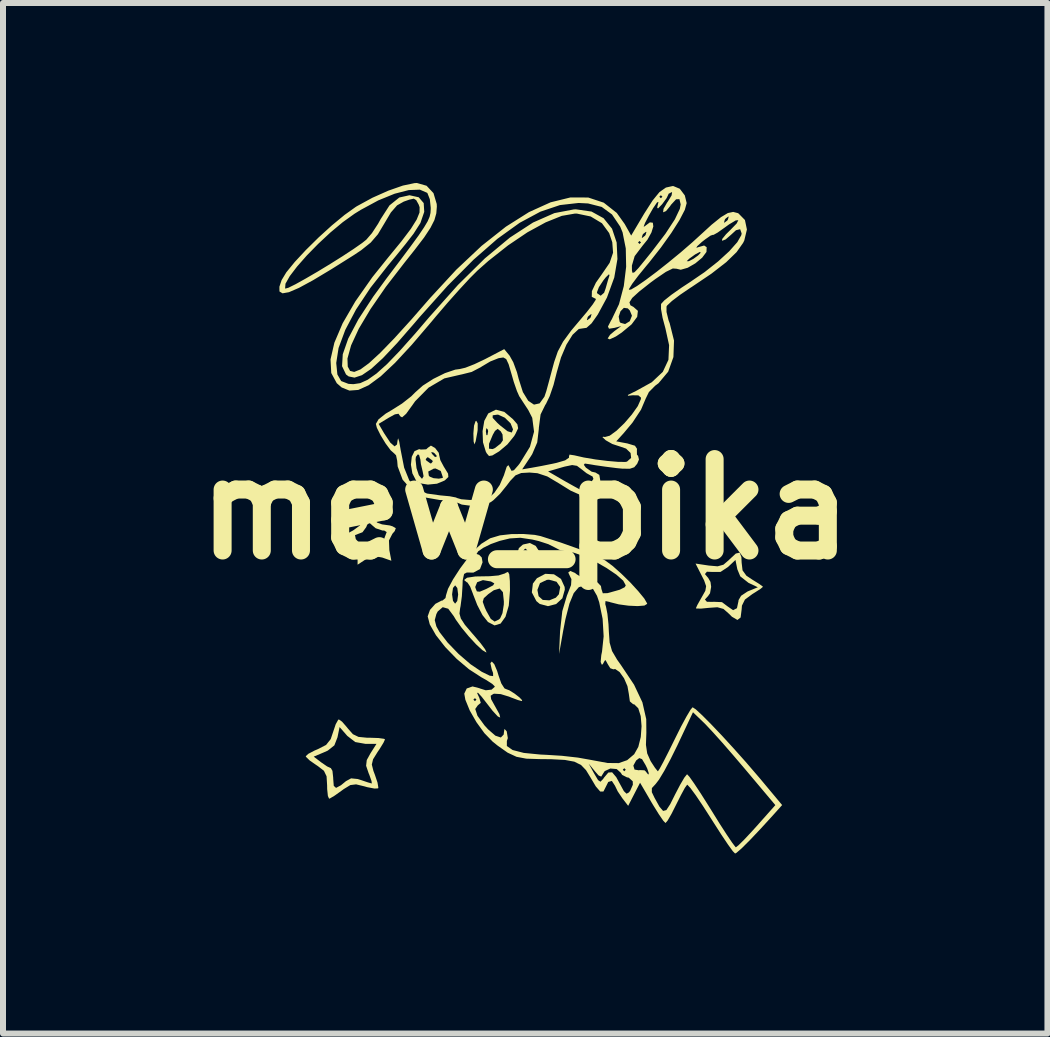
<source format=kicad_pcb>
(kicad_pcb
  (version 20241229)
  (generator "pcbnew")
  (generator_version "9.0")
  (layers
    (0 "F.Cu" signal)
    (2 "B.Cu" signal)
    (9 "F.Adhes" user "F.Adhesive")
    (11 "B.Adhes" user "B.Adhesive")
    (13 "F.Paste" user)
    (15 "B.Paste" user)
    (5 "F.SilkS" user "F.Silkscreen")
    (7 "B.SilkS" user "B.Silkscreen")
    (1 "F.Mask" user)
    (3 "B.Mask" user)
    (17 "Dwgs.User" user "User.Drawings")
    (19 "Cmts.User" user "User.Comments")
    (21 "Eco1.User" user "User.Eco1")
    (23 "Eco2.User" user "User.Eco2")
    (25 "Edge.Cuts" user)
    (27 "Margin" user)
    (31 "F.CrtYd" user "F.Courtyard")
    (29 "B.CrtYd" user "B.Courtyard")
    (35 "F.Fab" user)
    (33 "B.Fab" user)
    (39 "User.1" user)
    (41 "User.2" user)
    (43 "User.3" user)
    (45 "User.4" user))
  (footprint "mew_pika"
    (layer "F.Cu")
    (at 5.704 5.436)
    (property "Reference" "mew_pika" (at 0 0 0) (layer "F.SilkS") (effects (font (size 1.524 1.524) (thickness 0.3))))
    (attr board_only exclude_from_pos_files exclude_from_bom)
    (fp_poly (pts (xy -0.792 -1.429) (xy -0.793 -1.319) (xy -0.798 -1.283) (xy -0.826 -1.131) (xy -0.847 -1.079) (xy -0.86 -1.128) (xy -0.864 -1.262) (xy -0.853 -1.392) (xy -0.828 -1.466) (xy -0.816 -1.473)) (stroke (width 0) (type solid)) (fill yes) (layer "F.SilkS"))
    (fp_poly (pts (xy 0.174 0.612) (xy 0.236 0.708) (xy 0.238 0.822) (xy 0.201 0.891) (xy 0.096 0.96) (xy -0.021 0.928) (xy -0.075 0.883) (xy -0.139 0.764) (xy -0.118 0.692) (xy -0.033 0.692) (xy -0.025 0.711) (xy 0.02 0.76) (xy 0.028 0.762) (xy 0.05 0.723) (xy 0.051 0.711) (xy 0.012 0.662) (xy -0.003 0.66) (xy -0.033 0.692) (xy -0.118 0.692) (xy -0.106 0.649) (xy -0.038 0.59) (xy 0.076 0.564)) (stroke (width 0) (type solid)) (fill yes) (layer "F.SilkS"))
    (fp_poly (pts (xy 0.479 1.086) (xy 0.596 1.163) (xy 0.657 1.297) (xy 0.66 1.342) (xy 0.619 1.486) (xy 0.515 1.582) (xy 0.379 1.617) (xy 0.242 1.58) (xy 0.186 1.533) (xy 0.11 1.387) (xy 0.115 1.346) (xy 0.203 1.346) (xy 0.223 1.451) (xy 0.292 1.513) (xy 0.402 1.52) (xy 0.51 1.476) (xy 0.561 1.419) (xy 0.583 1.298) (xy 0.522 1.21) (xy 0.397 1.176) (xy 0.36 1.179) (xy 0.246 1.233) (xy 0.203 1.346) (xy 0.115 1.346) (xy 0.128 1.24) (xy 0.195 1.151) (xy 0.335 1.078)) (stroke (width 0) (type solid)) (fill yes) (layer "F.SilkS"))
    (fp_poly (pts (xy -2.554 0.14) (xy -2.465 0.226) (xy -2.386 0.254) (xy -2.257 0.272) (xy -2.212 0.286) (xy -2.157 0.317) (xy -2.175 0.366) (xy -2.214 0.411) (xy -2.271 0.522) (xy -2.265 0.679) (xy -2.265 0.682) (xy -2.231 0.86) (xy -2.382 0.807) (xy -2.519 0.782) (xy -2.642 0.827) (xy -2.663 0.84) (xy -2.794 0.926) (xy -2.794 0.768) (xy -2.831 0.613) (xy -2.896 0.547) (xy -2.984 0.472) (xy -2.977 0.433) (xy -2.837 0.433) (xy -2.824 0.5) (xy -2.767 0.56) (xy -2.715 0.663) (xy -2.723 0.731) (xy -2.742 0.804) (xy -2.714 0.799) (xy -2.659 0.751) (xy -2.527 0.689) (xy -2.448 0.694) (xy -2.368 0.702) (xy -2.362 0.655) (xy -2.365 0.645) (xy -2.367 0.541) (xy -2.339 0.461) (xy -2.309 0.382) (xy -2.349 0.357) (xy -2.38 0.356) (xy -2.492 0.319) (xy -2.544 0.275) (xy -2.599 0.225) (xy -2.635 0.262) (xy -2.65 0.3) (xy -2.712 0.385) (xy -2.767 0.406) (xy -2.837 0.433) (xy -2.977 0.433) (xy -2.973 0.411) (xy -2.869 0.355) (xy -2.756 0.273) (xy -2.687 0.166) (xy -2.632 0.025)) (stroke (width 0) (type solid)) (fill yes) (layer "F.SilkS"))
    (fp_poly (pts (xy -0.349 -1.621) (xy -0.205 -1.5) (xy -0.131 -1.414) (xy -0.118 -1.348) (xy -0.162 -1.256) (xy -0.184 -1.218) (xy -0.297 -1.079) (xy -0.437 -0.961) (xy -0.441 -0.959) (xy -0.548 -0.895) (xy -0.604 -0.886) (xy -0.642 -0.931) (xy -0.657 -0.959) (xy -0.672 -1.008) (xy -0.604 -1.008) (xy -0.543 -1.001) (xy -0.505 -1.018) (xy -0.41 -1.092) (xy -0.372 -1.147) (xy -0.378 -1.244) (xy -0.408 -1.297) (xy -0.459 -1.338) (xy -0.504 -1.304) (xy -0.54 -1.24) (xy -0.603 -1.09) (xy -0.604 -1.008) (xy -0.672 -1.008) (xy -0.704 -1.114) (xy -0.711 -1.299) (xy -0.711 -1.3) (xy -0.656 -1.3) (xy -0.647 -1.234) (xy -0.63 -1.233) (xy -0.618 -1.301) (xy -0.626 -1.33) (xy -0.648 -1.35) (xy -0.656 -1.3) (xy -0.711 -1.3) (xy -0.682 -1.472) (xy -0.655 -1.522) (xy -0.543 -1.522) (xy -0.466 -1.439) (xy -0.419 -1.396) (xy -0.294 -1.298) (xy -0.224 -1.277) (xy -0.203 -1.329) (xy -0.244 -1.43) (xy -0.34 -1.524) (xy -0.449 -1.574) (xy -0.465 -1.575) (xy -0.542 -1.564) (xy -0.543 -1.522) (xy -0.655 -1.522) (xy -0.618 -1.592) (xy -0.613 -1.597) (xy -0.488 -1.658)) (stroke (width 0) (type solid)) (fill yes) (layer "F.SilkS"))
    (fp_poly (pts (xy -0.266 1.086) (xy -0.256 1.198) (xy -0.254 1.354) (xy -0.274 1.608) (xy -0.329 1.794) (xy -0.41 1.907) (xy -0.511 1.938) (xy -0.621 1.881) (xy -0.713 1.765) (xy -0.8 1.597) (xy -0.82 1.545) (xy -0.708 1.545) (xy -0.674 1.64) (xy -0.648 1.697) (xy -0.574 1.829) (xy -0.51 1.874) (xy -0.44 1.84) (xy -0.417 1.819) (xy -0.379 1.733) (xy -0.357 1.591) (xy -0.356 1.539) (xy -0.372 1.384) (xy -0.426 1.323) (xy -0.524 1.352) (xy -0.616 1.417) (xy -0.69 1.484) (xy -0.708 1.545) (xy -0.82 1.545) (xy -0.87 1.417) (xy -0.872 1.41) (xy -0.916 1.296) (xy -0.833 1.296) (xy -0.829 1.314) (xy -0.806 1.371) (xy -0.757 1.376) (xy -0.653 1.332) (xy -0.639 1.325) (xy -0.535 1.27) (xy -0.515 1.237) (xy -0.569 1.207) (xy -0.574 1.205) (xy -0.705 1.183) (xy -0.801 1.218) (xy -0.833 1.296) (xy -0.916 1.296) (xy -0.919 1.289) (xy -0.963 1.223) (xy -0.973 1.219) (xy -1.016 1.184) (xy -1.016 1.179) (xy -0.97 1.143) (xy -0.83 1.122) (xy -0.592 1.118) (xy -0.591 1.118) (xy -0.445 1.105) (xy -0.337 1.071) (xy -0.325 1.062) (xy -0.287 1.046)) (stroke (width 0) (type solid)) (fill yes) (layer "F.SilkS"))
    (fp_poly (pts (xy -1.502 -1.019) (xy -1.441 -0.939) (xy -1.433 -0.895) (xy -1.415 -0.817) (xy -1.355 -0.704) (xy -1.347 -0.692) (xy -1.286 -0.592) (xy -1.281 -0.536) (xy -1.333 -0.486) (xy -1.346 -0.476) (xy -1.471 -0.424) (xy -1.622 -0.409) (xy -1.755 -0.431) (xy -1.816 -0.47) (xy -1.881 -0.597) (xy -1.905 -0.741) (xy -1.896 -0.826) (xy -1.828 -0.826) (xy -1.812 -0.683) (xy -1.773 -0.566) (xy -1.725 -0.509) (xy -1.718 -0.508) (xy -1.694 -0.548) (xy -1.708 -0.622) (xy -1.709 -0.627) (xy -1.616 -0.627) (xy -1.607 -0.559) (xy -1.592 -0.542) (xy -1.528 -0.516) (xy -1.439 -0.508) (xy -1.377 -0.52) (xy -1.372 -0.529) (xy -1.408 -0.636) (xy -1.495 -0.678) (xy -1.527 -0.674) (xy -1.616 -0.627) (xy -1.709 -0.627) (xy -1.739 -0.753) (xy -1.747 -0.826) (xy -1.749 -0.832) (xy -1.659 -0.832) (xy -1.651 -0.813) (xy -1.584 -0.764) (xy -1.569 -0.762) (xy -1.541 -0.793) (xy -1.549 -0.813) (xy -1.617 -0.862) (xy -1.632 -0.864) (xy -1.659 -0.832) (xy -1.749 -0.832) (xy -1.768 -0.901) (xy -1.789 -0.914) (xy -1.822 -0.872) (xy -1.828 -0.826) (xy -1.896 -0.826) (xy -1.891 -0.873) (xy -1.853 -0.951) (xy -1.567 -0.951) (xy -1.554 -0.922) (xy -1.503 -0.868) (xy -1.474 -0.879) (xy -1.473 -0.886) (xy -1.509 -0.929) (xy -1.532 -0.945) (xy -1.567 -0.951) (xy -1.853 -0.951) (xy -1.844 -0.968) (xy -1.768 -1) (xy -1.74 -0.993) (xy -1.651 -0.997) (xy -1.621 -1.024) (xy -1.572 -1.059)) (stroke (width 0) (type solid)) (fill yes) (layer "F.SilkS"))
    (fp_poly (pts (xy 3.603 0.799) (xy 3.607 0.891) (xy 3.622 1.02) (xy 3.686 1.109) (xy 3.785 1.175) (xy 3.896 1.244) (xy 3.958 1.289) (xy 3.962 1.295) (xy 3.923 1.328) (xy 3.825 1.391) (xy 3.785 1.416) (xy 3.662 1.507) (xy 3.612 1.608) (xy 3.607 1.672) (xy 3.59 1.806) (xy 3.537 1.847) (xy 3.445 1.793) (xy 3.398 1.746) (xy 3.304 1.663) (xy 3.203 1.635) (xy 3.061 1.645) (xy 2.929 1.658) (xy 2.853 1.656) (xy 2.845 1.651) (xy 2.869 1.597) (xy 2.928 1.492) (xy 2.943 1.466) (xy 3.002 1.361) (xy 3.015 1.284) (xy 2.982 1.188) (xy 2.94 1.106) (xy 2.928 1.082) (xy 2.995 1.082) (xy 3.045 1.141) (xy 3.048 1.143) (xy 3.088 1.213) (xy 3.099 1.295) (xy 3.08 1.402) (xy 3.048 1.448) (xy 2.995 1.506) (xy 3.028 1.544) (xy 3.129 1.546) (xy 3.138 1.544) (xy 3.279 1.55) (xy 3.376 1.623) (xy 3.465 1.684) (xy 3.529 1.651) (xy 3.555 1.529) (xy 3.555 1.517) (xy 3.598 1.444) (xy 3.703 1.374) (xy 3.716 1.368) (xy 3.877 1.302) (xy 3.721 1.228) (xy 3.584 1.12) (xy 3.535 1.001) (xy 3.504 0.847) (xy 3.381 0.963) (xy 3.256 1.046) (xy 3.127 1.047) (xy 3.127 1.047) (xy 3.028 1.043) (xy 2.995 1.082) (xy 2.928 1.082) (xy 2.839 0.907) (xy 3.058 0.94) (xy 3.207 0.953) (xy 3.304 0.926) (xy 3.397 0.846) (xy 3.4 0.842) (xy 3.51 0.74) (xy 3.574 0.725)) (stroke (width 0) (type solid)) (fill yes) (layer "F.SilkS"))
    (fp_poly (pts (xy -3.053 3.542) (xy -2.973 3.634) (xy -2.954 3.658) (xy -2.872 3.751) (xy -2.779 3.796) (xy -2.636 3.81) (xy -2.589 3.81) (xy -2.445 3.815) (xy -2.353 3.828) (xy -2.337 3.838) (xy -2.363 3.894) (xy -2.428 4) (xy -2.461 4.048) (xy -2.536 4.169) (xy -2.557 4.257) (xy -2.53 4.363) (xy -2.505 4.429) (xy -2.462 4.557) (xy -2.448 4.641) (xy -2.452 4.654) (xy -2.513 4.657) (xy -2.633 4.634) (xy -2.682 4.62) (xy -2.819 4.587) (xy -2.915 4.599) (xy -3.023 4.665) (xy -3.06 4.692) (xy -3.175 4.774) (xy -3.254 4.821) (xy -3.269 4.826) (xy -3.289 4.781) (xy -3.301 4.666) (xy -3.302 4.602) (xy -3.311 4.453) (xy -3.355 4.361) (xy -3.457 4.282) (xy -3.48 4.267) (xy -3.591 4.19) (xy -3.653 4.13) (xy -3.655 4.125) (xy -3.525 4.125) (xy -3.401 4.22) (xy -3.302 4.288) (xy -3.239 4.317) (xy -3.213 4.362) (xy -3.201 4.473) (xy -3.2 4.499) (xy -3.191 4.612) (xy -3.153 4.646) (xy -3.071 4.602) (xy -2.987 4.533) (xy -2.902 4.487) (xy -2.792 4.498) (xy -2.738 4.515) (xy -2.623 4.554) (xy -2.559 4.572) (xy -2.557 4.572) (xy -2.562 4.531) (xy -2.598 4.429) (xy -2.61 4.401) (xy -2.652 4.277) (xy -2.641 4.182) (xy -2.58 4.071) (xy -2.479 3.912) (xy -2.664 3.912) (xy -2.833 3.882) (xy -2.966 3.779) (xy -2.972 3.772) (xy -3.094 3.632) (xy -3.129 3.803) (xy -3.181 3.937) (xy -3.29 4.024) (xy -3.345 4.049) (xy -3.525 4.125) (xy -3.655 4.125) (xy -3.658 4.118) (xy -3.615 4.078) (xy -3.508 4.022) (xy -3.458 4.001) (xy -3.319 3.93) (xy -3.242 3.833) (xy -3.202 3.714) (xy -3.159 3.586) (xy -3.118 3.512) (xy -3.106 3.505)) (stroke (width 0) (type solid)) (fill yes) (layer "F.SilkS"))
    (fp_poly (pts (xy 0.158 0.429) (xy 0.256 0.449) (xy 0.593 0.557) (xy 0.894 0.664) (xy 1.141 0.762) (xy 1.313 0.844) (xy 1.34 0.86) (xy 1.457 0.947) (xy 1.6 1.074) (xy 1.749 1.22) (xy 1.883 1.366) (xy 1.984 1.489) (xy 2.031 1.57) (xy 2.032 1.579) (xy 1.987 1.607) (xy 1.873 1.616) (xy 1.721 1.609) (xy 1.559 1.587) (xy 1.42 1.552) (xy 1.404 1.546) (xy 1.338 1.532) (xy 1.334 1.582) (xy 1.347 1.629) (xy 1.37 1.747) (xy 1.388 1.921) (xy 1.394 2.044) (xy 1.407 2.225) (xy 1.447 2.365) (xy 1.531 2.508) (xy 1.595 2.598) (xy 1.814 2.926) (xy 1.953 3.22) (xy 2.017 3.5) (xy 2.019 3.726) (xy 2.012 3.928) (xy 2.033 4.071) (xy 2.088 4.195) (xy 2.093 4.204) (xy 2.162 4.31) (xy 2.207 4.366) (xy 2.212 4.369) (xy 2.241 4.326) (xy 2.304 4.21) (xy 2.392 4.037) (xy 2.492 3.835) (xy 2.596 3.626) (xy 2.688 3.456) (xy 2.756 3.342) (xy 2.79 3.302) (xy 2.844 3.338) (xy 2.952 3.438) (xy 3.102 3.589) (xy 3.281 3.777) (xy 3.476 3.99) (xy 3.675 4.213) (xy 3.866 4.435) (xy 3.909 4.485) (xy 4.282 4.932) (xy 4.136 5.095) (xy 3.926 5.325) (xy 3.747 5.514) (xy 3.609 5.652) (xy 3.521 5.728) (xy 3.498 5.74) (xy 3.459 5.7) (xy 3.378 5.588) (xy 3.266 5.421) (xy 3.134 5.215) (xy 3.097 5.157) (xy 2.961 4.945) (xy 2.844 4.771) (xy 2.754 4.649) (xy 2.704 4.595) (xy 2.698 4.594) (xy 2.66 4.647) (xy 2.595 4.767) (xy 2.516 4.924) (xy 2.438 5.079) (xy 2.374 5.19) (xy 2.338 5.232) (xy 2.338 5.232) (xy 2.3 5.192) (xy 2.226 5.084) (xy 2.131 4.931) (xy 2.11 4.896) (xy 2.006 4.717) (xy 2.11 4.717) (xy 2.154 4.809) (xy 2.238 4.96) (xy 2.298 5.03) (xy 2.352 5.016) (xy 2.417 4.917) (xy 2.496 4.759) (xy 2.581 4.596) (xy 2.652 4.475) (xy 2.695 4.421) (xy 2.699 4.42) (xy 2.737 4.461) (xy 2.816 4.573) (xy 2.927 4.741) (xy 3.059 4.95) (xy 3.107 5.027) (xy 3.243 5.246) (xy 3.362 5.43) (xy 3.452 5.563) (xy 3.504 5.631) (xy 3.511 5.636) (xy 3.555 5.602) (xy 3.65 5.508) (xy 3.779 5.37) (xy 3.855 5.286) (xy 4.169 4.933) (xy 3.664 4.333) (xy 3.473 4.109) (xy 3.289 3.897) (xy 3.129 3.719) (xy 3.01 3.592) (xy 2.978 3.56) (xy 2.796 3.385) (xy 2.534 3.941) (xy 2.423 4.165) (xy 2.318 4.362) (xy 2.23 4.508) (xy 2.174 4.581) (xy 2.111 4.649) (xy 2.11 4.717) (xy 2.006 4.717) (xy 1.914 4.56) (xy 1.716 4.945) (xy 1.621 4.822) (xy 1.541 4.703) (xy 1.496 4.61) (xy 1.444 4.53) (xy 1.384 4.547) (xy 1.346 4.623) (xy 1.304 4.706) (xy 1.25 4.707) (xy 1.176 4.621) (xy 1.09 4.476) (xy 1.013 4.35) (xy 0.929 4.263) (xy 0.885 4.242) (xy 1.058 4.242) (xy 1.151 4.41) (xy 1.214 4.516) (xy 1.254 4.543) (xy 1.297 4.499) (xy 1.314 4.474) (xy 1.385 4.39) (xy 1.448 4.386) (xy 1.517 4.467) (xy 1.577 4.577) (xy 1.644 4.7) (xy 1.689 4.743) (xy 1.729 4.721) (xy 1.75 4.693) (xy 1.794 4.593) (xy 1.792 4.536) (xy 1.726 4.476) (xy 1.695 4.47) (xy 1.615 4.429) (xy 1.593 4.394) (xy 1.537 4.343) (xy 1.626 4.343) (xy 1.651 4.369) (xy 1.676 4.343) (xy 1.651 4.318) (xy 1.626 4.343) (xy 1.537 4.343) (xy 1.524 4.332) (xy 1.419 4.323) (xy 1.325 4.366) (xy 1.298 4.407) (xy 1.267 4.458) (xy 1.223 4.439) (xy 1.161 4.368) (xy 1.085 4.275) (xy 1.802 4.275) (xy 1.822 4.341) (xy 1.896 4.353) (xy 1.909 4.349) (xy 1.988 4.353) (xy 2.008 4.371) (xy 2.051 4.425) (xy 2.06 4.403) (xy 2.034 4.324) (xy 2.006 4.266) (xy 1.947 4.167) (xy 1.901 4.149) (xy 1.849 4.189) (xy 1.802 4.275) (xy 1.085 4.275) (xy 1.058 4.242) (xy 0.885 4.242) (xy 0.819 4.209) (xy 0.661 4.18) (xy 0.435 4.168) (xy 0.238 4.166) (xy 0.019 4.159) (xy -0.145 4.128) (xy -0.293 4.059) (xy -0.462 3.94) (xy -0.545 3.873) (xy -0.68 3.734) (xy -0.813 3.551) (xy -0.925 3.355) (xy -0.998 3.176) (xy -0.998 3.175) (xy -0.864 3.175) (xy -0.838 3.2) (xy -0.813 3.175) (xy -0.838 3.15) (xy -0.864 3.175) (xy -0.998 3.175) (xy -1.016 3.075) (xy -0.975 2.989) (xy -0.878 2.955) (xy -0.762 2.985) (xy -0.757 2.988) (xy -0.658 3.019) (xy -0.56 3.008) (xy -0.509 2.962) (xy -0.508 2.954) (xy -0.549 2.913) (xy -0.653 2.846) (xy -0.73 2.803) (xy -0.937 2.669) (xy -1.143 2.495) (xy -1.333 2.299) (xy -1.488 2.101) (xy -1.591 1.921) (xy -1.609 1.85) (xy -1.508 1.85) (xy -1.481 1.954) (xy -1.429 2.048) (xy -1.294 2.223) (xy -1.11 2.414) (xy -0.91 2.586) (xy -0.729 2.708) (xy -0.72 2.713) (xy -0.591 2.776) (xy -0.535 2.783) (xy -0.536 2.731) (xy -0.559 2.667) (xy -0.581 2.566) (xy -0.557 2.54) (xy -0.516 2.584) (xy -0.468 2.697) (xy -0.446 2.769) (xy -0.399 2.904) (xy -0.347 2.986) (xy -0.325 2.997) (xy -0.264 3.02) (xy -0.178 3.074) (xy -0.097 3.137) (xy -0.051 3.185) (xy -0.057 3.199) (xy -0.121 3.182) (xy -0.238 3.138) (xy -0.27 3.125) (xy -0.408 3.083) (xy -0.517 3.076) (xy -0.531 3.08) (xy -0.576 3.11) (xy -0.568 3.168) (xy -0.506 3.28) (xy -0.503 3.285) (xy -0.43 3.417) (xy -0.417 3.474) (xy -0.457 3.455) (xy -0.544 3.361) (xy -0.61 3.276) (xy -0.725 3.128) (xy -0.789 3.058) (xy -0.801 3.067) (xy -0.765 3.145) (xy -0.741 3.229) (xy -0.791 3.271) (xy -0.833 3.331) (xy -0.796 3.444) (xy -0.68 3.603) (xy -0.619 3.67) (xy -0.497 3.776) (xy -0.406 3.806) (xy -0.359 3.757) (xy -0.355 3.721) (xy -0.346 3.663) (xy -0.31 3.701) (xy -0.308 3.706) (xy -0.29 3.816) (xy -0.306 3.864) (xy -0.306 3.948) (xy -0.21 4.015) (xy -0.023 4.063) (xy 0.251 4.09) (xy 0.356 4.095) (xy 0.611 4.111) (xy 0.878 4.141) (xy 1.102 4.181) (xy 1.118 4.184) (xy 1.373 4.231) (xy 1.559 4.233) (xy 1.699 4.184) (xy 1.816 4.085) (xy 1.885 3.962) (xy 1.926 3.797) (xy 1.939 3.617) (xy 1.925 3.449) (xy 1.884 3.319) (xy 1.818 3.254) (xy 1.798 3.251) (xy 1.744 3.204) (xy 1.727 3.08) (xy 1.704 2.951) (xy 1.647 2.819) (xy 1.573 2.715) (xy 1.5 2.665) (xy 1.469 2.67) (xy 1.418 2.652) (xy 1.374 2.581) (xy 1.339 2.516) (xy 1.324 2.527) (xy 1.292 2.586) (xy 1.275 2.591) (xy 1.257 2.547) (xy 1.268 2.432) (xy 1.28 2.375) (xy 1.307 2.12) (xy 1.29 1.829) (xy 1.233 1.552) (xy 1.196 1.444) (xy 1.125 1.321) (xy 1.036 1.273) (xy 0.991 1.27) (xy 0.893 1.301) (xy 0.809 1.399) (xy 0.737 1.574) (xy 0.67 1.835) (xy 0.632 2.031) (xy 0.564 2.413) (xy 0.581 2.032) (xy 0.618 1.7) (xy 0.696 1.438) (xy 0.702 1.424) (xy 0.764 1.265) (xy 0.77 1.166) (xy 0.752 1.131) (xy 0.717 1.056) (xy 0.751 1.03) (xy 0.829 1.063) (xy 0.855 1.084) (xy 0.959 1.15) (xy 1.029 1.168) (xy 1.182 1.198) (xy 1.262 1.281) (xy 1.27 1.33) (xy 1.293 1.402) (xy 1.372 1.4) (xy 1.512 1.361) (xy 1.575 1.343) (xy 1.657 1.302) (xy 1.676 1.271) (xy 1.633 1.192) (xy 1.518 1.091) (xy 1.354 0.98) (xy 1.166 0.873) (xy 0.976 0.783) (xy 0.808 0.725) (xy 0.711 0.71) (xy 0.571 0.679) (xy 0.489 0.636) (xy 0.385 0.584) (xy 0.225 0.532) (xy 0.12 0.507) (xy -0.081 0.477) (xy -0.256 0.488) (xy -0.425 0.529) (xy -0.573 0.582) (xy -0.698 0.644) (xy -0.784 0.703) (xy -0.811 0.747) (xy -0.768 0.762) (xy -0.725 0.805) (xy -0.711 0.886) (xy -0.754 0.999) (xy -0.864 1.058) (xy -0.973 1.056) (xy -1.019 1.08) (xy -1.042 1.185) (xy -1.045 1.27) (xy -1.056 1.451) (xy -1.078 1.618) (xy -1.085 1.652) (xy -1.096 1.74) (xy -1.073 1.823) (xy -1.006 1.927) (xy -0.88 2.075) (xy -0.861 2.096) (xy -0.745 2.233) (xy -0.669 2.335) (xy -0.646 2.385) (xy -0.65 2.388) (xy -0.714 2.35) (xy -0.818 2.254) (xy -0.94 2.122) (xy -1.06 1.977) (xy -1.156 1.843) (xy -1.191 1.784) (xy -1.283 1.66) (xy -1.375 1.634) (xy -1.458 1.705) (xy -1.481 1.749) (xy -1.508 1.85) (xy -1.609 1.85) (xy -1.626 1.787) (xy -1.587 1.679) (xy -1.497 1.578) (xy -1.395 1.525) (xy -1.38 1.524) (xy -1.329 1.482) (xy -1.32 1.435) (xy -1.316 1.422) (xy -1.219 1.422) (xy -1.204 1.529) (xy -1.169 1.575) (xy -1.168 1.575) (xy -1.133 1.531) (xy -1.118 1.424) (xy -1.118 1.422) (xy -1.132 1.315) (xy -1.168 1.27) (xy -1.168 1.27) (xy -1.204 1.314) (xy -1.219 1.421) (xy -1.219 1.422) (xy -1.316 1.422) (xy -1.287 1.328) (xy -1.204 1.172) (xy -1.087 0.991) (xy -0.954 0.812) (xy -0.823 0.661) (xy -0.731 0.577) (xy -0.585 0.486) (xy -0.421 0.437) (xy -0.233 0.416) (xy -0.031 0.414)) (stroke (width 0) (type solid)) (fill yes) (layer "F.SilkS"))
    (fp_poly (pts (xy -1.644 -5.39) (xy -1.529 -5.267) (xy -1.475 -5.086) (xy -1.473 -5.042) (xy -1.482 -4.93) (xy -1.514 -4.817) (xy -1.579 -4.689) (xy -1.685 -4.528) (xy -1.843 -4.321) (xy -2.01 -4.111) (xy -2.324 -3.704) (xy -2.579 -3.334) (xy -2.774 -3.007) (xy -2.902 -2.73) (xy -2.963 -2.51) (xy -2.958 -2.376) (xy -2.919 -2.304) (xy -2.85 -2.287) (xy -2.746 -2.329) (xy -2.604 -2.433) (xy -2.418 -2.604) (xy -2.184 -2.845) (xy -1.898 -3.16) (xy -1.584 -3.52) (xy -1.149 -3.991) (xy -0.727 -4.388) (xy -0.322 -4.708) (xy 0.063 -4.951) (xy 0.423 -5.114) (xy 0.753 -5.195) (xy 1.05 -5.194) (xy 1.309 -5.108) (xy 1.526 -4.937) (xy 1.658 -4.752) (xy 1.766 -4.56) (xy 1.982 -4.924) (xy 2.123 -5.144) (xy 2.174 -5.207) (xy 2.235 -5.207) (xy 2.261 -5.182) (xy 2.286 -5.207) (xy 2.261 -5.232) (xy 2.235 -5.207) (xy 2.174 -5.207) (xy 2.238 -5.285) (xy 2.345 -5.36) (xy 2.456 -5.385) (xy 2.468 -5.385) (xy 2.576 -5.34) (xy 2.66 -5.229) (xy 2.691 -5.101) (xy 2.66 -4.988) (xy 2.571 -4.817) (xy 2.435 -4.603) (xy 2.263 -4.362) (xy 2.065 -4.11) (xy 2.013 -4.048) (xy 1.884 -3.89) (xy 1.785 -3.758) (xy 1.732 -3.673) (xy 1.727 -3.657) (xy 1.763 -3.66) (xy 1.862 -3.718) (xy 2.009 -3.82) (xy 2.189 -3.955) (xy 2.388 -4.112) (xy 2.413 -4.133) (xy 2.692 -4.133) (xy 2.726 -4.132) (xy 2.802 -4.171) (xy 2.881 -4.228) (xy 2.924 -4.273) (xy 2.913 -4.288) (xy 2.84 -4.25) (xy 2.826 -4.241) (xy 2.733 -4.174) (xy 2.692 -4.133) (xy 2.692 -4.133) (xy 2.413 -4.133) (xy 2.591 -4.279) (xy 2.785 -4.447) (xy 2.899 -4.551) (xy 3.108 -4.742) (xy 3.154 -4.779) (xy 3.314 -4.779) (xy 3.321 -4.775) (xy 3.368 -4.811) (xy 3.378 -4.826) (xy 3.391 -4.873) (xy 3.384 -4.877) (xy 3.338 -4.841) (xy 3.327 -4.826) (xy 3.314 -4.779) (xy 3.154 -4.779) (xy 3.263 -4.867) (xy 3.377 -4.935) (xy 3.466 -4.954) (xy 3.544 -4.934) (xy 3.555 -4.928) (xy 3.662 -4.819) (xy 3.695 -4.661) (xy 3.651 -4.477) (xy 3.631 -4.437) (xy 3.523 -4.284) (xy 3.35 -4.116) (xy 3.104 -3.925) (xy 2.775 -3.703) (xy 2.754 -3.69) (xy 2.582 -3.573) (xy 2.445 -3.469) (xy 2.365 -3.394) (xy 2.355 -3.377) (xy 2.355 -3.286) (xy 2.389 -3.148) (xy 2.408 -3.098) (xy 2.48 -2.81) (xy 2.47 -2.535) (xy 2.383 -2.291) (xy 2.222 -2.099) (xy 2.166 -2.057) (xy 2.061 -1.951) (xy 2.008 -1.842) (xy 1.93 -1.658) (xy 1.787 -1.441) (xy 1.639 -1.264) (xy 1.517 -1.13) (xy 1.703 -1.095) (xy 1.829 -1.057) (xy 1.864 -1.004) (xy 1.861 -0.989) (xy 1.862 -0.909) (xy 1.881 -0.888) (xy 1.896 -0.827) (xy 1.866 -0.756) (xy 1.817 -0.698) (xy 1.743 -0.673) (xy 1.615 -0.675) (xy 1.524 -0.684) (xy 1.335 -0.708) (xy 1.162 -0.733) (xy 1.093 -0.745) (xy 0.994 -0.76) (xy 0.977 -0.739) (xy 1.011 -0.692) (xy 1.108 -0.624) (xy 1.171 -0.61) (xy 1.235 -0.571) (xy 1.251 -0.477) (xy 1.219 -0.362) (xy 1.155 -0.27) (xy 1.061 -0.218) (xy 0.933 -0.23) (xy 0.758 -0.308) (xy 0.56 -0.431) (xy 0.368 -0.545) (xy 0.204 -0.599) (xy 0.071 -0.61) (xy -0.067 -0.602) (xy -0.162 -0.563) (xy -0.25 -0.471) (xy -0.308 -0.394) (xy -0.42 -0.256) (xy -0.53 -0.149) (xy -0.575 -0.116) (xy -0.721 -0.069) (xy -0.898 -0.055) (xy -1.057 -0.076) (xy -1.118 -0.102) (xy -1.213 -0.132) (xy -1.363 -0.15) (xy -1.422 -0.152) (xy -1.675 -0.196) (xy -1.888 -0.315) (xy -2.044 -0.492) (xy -2.126 -0.712) (xy -2.134 -0.807) (xy -2.153 -0.897) (xy -2.178 -0.923) (xy -2.243 -0.981) (xy -2.328 -1.096) (xy -2.412 -1.234) (xy -2.473 -1.357) (xy -2.489 -1.421) (xy -2.443 -1.421) (xy -2.352 -1.265) (xy -2.248 -1.108) (xy -2.177 -1.046) (xy -2.137 -1.078) (xy -2.127 -1.149) (xy -2.118 -1.181) (xy -2.1 -1.124) (xy -2.077 -0.992) (xy -2.077 -0.991) (xy -2.018 -0.691) (xy -1.932 -0.478) (xy -1.809 -0.339) (xy -1.637 -0.26) (xy -1.413 -0.229) (xy -1.262 -0.215) (xy -1.157 -0.195) (xy -1.132 -0.184) (xy -1.067 -0.165) (xy -0.937 -0.154) (xy -0.864 -0.152) (xy -0.688 -0.168) (xy -0.568 -0.223) (xy -0.515 -0.272) (xy -0.425 -0.403) (xy -0.354 -0.567) (xy -0.347 -0.59) (xy -0.334 -0.629) (xy 0.381 -0.629) (xy 0.66 -0.467) (xy 0.808 -0.384) (xy 0.916 -0.325) (xy 0.959 -0.305) (xy 1.003 -0.339) (xy 1.077 -0.418) (xy 1.137 -0.504) (xy 1.121 -0.546) (xy 1.108 -0.551) (xy 1.022 -0.599) (xy 0.937 -0.666) (xy 0.862 -0.722) (xy 0.782 -0.735) (xy 0.657 -0.709) (xy 0.607 -0.695) (xy 0.381 -0.629) (xy -0.334 -0.629) (xy -0.309 -0.706) (xy -0.281 -0.734) (xy -0.256 -0.69) (xy -0.228 -0.638) (xy -0.188 -0.649) (xy -0.115 -0.732) (xy -0.089 -0.766) (xy 0.079 -1.039) (xy 0.147 -1.291) (xy 0.117 -1.522) (xy 0.051 -1.651) (xy -0.031 -1.776) (xy -0.095 -1.875) (xy -0.099 -1.88) (xy -0.138 -1.968) (xy -0.19 -2.118) (xy -0.229 -2.253) (xy -0.277 -2.416) (xy -0.317 -2.501) (xy -0.365 -2.528) (xy -0.44 -2.517) (xy -0.447 -2.515) (xy -0.583 -2.461) (xy -0.728 -2.375) (xy -0.737 -2.368) (xy -0.892 -2.287) (xy -1.06 -2.245) (xy -1.067 -2.244) (xy -1.348 -2.179) (xy -1.611 -2.025) (xy -1.835 -1.798) (xy -1.878 -1.737) (xy -1.985 -1.589) (xy -2.052 -1.53) (xy -2.082 -1.547) (xy -2.112 -1.59) (xy -2.172 -1.58) (xy -2.276 -1.523) (xy -2.443 -1.421) (xy -2.489 -1.421) (xy -2.489 -1.421) (xy -2.445 -1.497) (xy -2.324 -1.593) (xy -2.224 -1.652) (xy -2.053 -1.76) (xy -1.9 -1.88) (xy -1.833 -1.947) (xy -1.707 -2.059) (xy -1.53 -2.172) (xy -1.338 -2.267) (xy -1.167 -2.325) (xy -1.092 -2.335) (xy -0.998 -2.357) (xy -0.847 -2.416) (xy -0.672 -2.499) (xy -0.67 -2.5) (xy -0.35 -2.667) (xy -0.261 -2.559) (xy -0.199 -2.448) (xy -0.138 -2.282) (xy -0.109 -2.171) (xy -0.039 -1.951) (xy 0.05 -1.806) (xy 0.146 -1.742) (xy 0.24 -1.763) (xy 0.32 -1.874) (xy 0.351 -1.966) (xy 0.395 -2.127) (xy 0.449 -2.329) (xy 0.483 -2.454) (xy 0.543 -2.628) (xy 0.631 -2.792) (xy 0.765 -2.975) (xy 0.893 -3.127) (xy 0.915 -3.153) (xy 1.028 -3.153) (xy 1.035 -3.15) (xy 1.082 -3.185) (xy 1.092 -3.2) (xy 1.105 -3.248) (xy 1.098 -3.251) (xy 1.052 -3.215) (xy 1.041 -3.2) (xy 1.028 -3.153) (xy 0.915 -3.153) (xy 1.027 -3.286) (xy 1.125 -3.412) (xy 1.175 -3.489) (xy 1.176 -3.505) (xy 1.109 -3.539) (xy 1.111 -3.616) (xy 1.196 -3.616) (xy 1.198 -3.599) (xy 1.258 -3.557) (xy 1.315 -3.607) (xy 1.34 -3.678) (xy 1.379 -3.816) (xy 1.404 -3.894) (xy 1.397 -3.916) (xy 1.345 -3.866) (xy 1.304 -3.815) (xy 1.228 -3.7) (xy 1.196 -3.616) (xy 1.111 -3.616) (xy 1.111 -3.633) (xy 1.178 -3.775) (xy 1.272 -3.908) (xy 1.407 -4.105) (xy 1.464 -4.274) (xy 1.451 -4.448) (xy 1.399 -4.601) (xy 1.279 -4.765) (xy 1.091 -4.878) (xy 0.861 -4.926) (xy 0.827 -4.926) (xy 0.609 -4.888) (xy 0.341 -4.78) (xy 0.037 -4.614) (xy -0.286 -4.396) (xy -0.614 -4.137) (xy -0.795 -3.977) (xy -0.923 -3.849) (xy -1.095 -3.663) (xy -1.292 -3.442) (xy -1.493 -3.207) (xy -1.562 -3.124) (xy -1.89 -2.74) (xy -2.17 -2.438) (xy -2.408 -2.214) (xy -2.61 -2.065) (xy -2.782 -1.987) (xy -2.93 -1.976) (xy -3.059 -2.028) (xy -3.141 -2.099) (xy -3.233 -2.269) (xy -3.245 -2.496) (xy -3.181 -2.774) (xy -3.043 -3.098) (xy -2.831 -3.463) (xy -2.549 -3.865) (xy -2.28 -4.2) (xy -2.061 -4.467) (xy -1.906 -4.672) (xy -1.809 -4.827) (xy -1.762 -4.943) (xy -1.76 -5.032) (xy -1.776 -5.077) (xy -1.817 -5.15) (xy -1.857 -5.175) (xy -1.933 -5.158) (xy -2.024 -5.126) (xy -2.136 -5.063) (xy -2.239 -4.945) (xy -2.347 -4.763) (xy -2.456 -4.581) (xy -2.575 -4.443) (xy -2.735 -4.315) (xy -2.85 -4.238) (xy -3.232 -3.998) (xy -3.537 -3.815) (xy -3.771 -3.688) (xy -3.938 -3.616) (xy -4.045 -3.597) (xy -4.096 -3.628) (xy -4.097 -3.681) (xy -4.002 -3.681) (xy -3.998 -3.676) (xy -3.947 -3.69) (xy -3.828 -3.749) (xy -3.661 -3.842) (xy -3.462 -3.958) (xy -3.251 -4.086) (xy -3.044 -4.216) (xy -2.861 -4.336) (xy -2.718 -4.436) (xy -2.649 -4.491) (xy -2.555 -4.6) (xy -2.453 -4.756) (xy -2.409 -4.835) (xy -2.262 -5.063) (xy -2.099 -5.194) (xy -1.929 -5.232) (xy -1.775 -5.198) (xy -1.692 -5.101) (xy -1.683 -4.955) (xy -1.747 -4.769) (xy -1.862 -4.589) (xy -1.997 -4.415) (xy -2.16 -4.214) (xy -2.285 -4.064) (xy -2.579 -3.69) (xy -2.82 -3.327) (xy -2.999 -2.988) (xy -3.111 -2.686) (xy -3.15 -2.436) (xy -3.131 -2.245) (xy -3.068 -2.135) (xy -2.946 -2.088) (xy -2.864 -2.083) (xy -2.75 -2.1) (xy -2.625 -2.157) (xy -2.479 -2.26) (xy -2.304 -2.417) (xy -2.093 -2.636) (xy -1.836 -2.924) (xy -1.601 -3.199) (xy -1.121 -3.737) (xy -0.673 -4.179) (xy -0.256 -4.526) (xy 0.13 -4.777) (xy 0.486 -4.934) (xy 0.812 -4.996) (xy 0.846 -4.997) (xy 1.105 -4.96) (xy 1.306 -4.849) (xy 1.447 -4.674) (xy 1.524 -4.444) (xy 1.537 -4.169) (xy 1.484 -3.86) (xy 1.362 -3.526) (xy 1.209 -3.243) (xy 1.106 -3.097) (xy 1.022 -3.022) (xy 0.987 -3.017) (xy 0.893 -3.003) (xy 0.789 -2.906) (xy 0.687 -2.742) (xy 0.596 -2.527) (xy 0.526 -2.282) (xy 0.472 -2.07) (xy 0.408 -1.883) (xy 0.346 -1.754) (xy 0.334 -1.737) (xy 0.256 -1.578) (xy 0.227 -1.354) (xy 0.227 -1.34) (xy 0.2 -1.112) (xy 0.116 -0.916) (xy 0.086 -0.869) (xy -0.051 -0.663) (xy 0.114 -0.691) (xy 0.268 -0.719) (xy 0.457 -0.757) (xy 0.521 -0.771) (xy 0.665 -0.813) (xy 0.73 -0.858) (xy 0.729 -0.877) (xy 0.738 -0.909) (xy 0.818 -0.897) (xy 0.977 -0.861) (xy 1.173 -0.828) (xy 1.374 -0.803) (xy 1.549 -0.788) (xy 1.669 -0.787) (xy 1.696 -0.792) (xy 1.765 -0.854) (xy 1.756 -0.936) (xy 1.681 -1.009) (xy 1.598 -1.038) (xy 1.451 -1.086) (xy 1.342 -1.148) (xy 1.285 -1.202) (xy 1.309 -1.207) (xy 1.327 -1.202) (xy 1.408 -1.224) (xy 1.523 -1.308) (xy 1.653 -1.433) (xy 1.777 -1.577) (xy 1.876 -1.717) (xy 1.927 -1.832) (xy 1.93 -1.858) (xy 1.887 -1.896) (xy 1.791 -1.898) (xy 1.711 -1.89) (xy 1.713 -1.904) (xy 1.802 -1.948) (xy 1.829 -1.96) (xy 2.109 -2.115) (xy 2.293 -2.288) (xy 2.387 -2.489) (xy 2.398 -2.733) (xy 2.337 -3.011) (xy 2.289 -3.19) (xy 2.263 -3.338) (xy 2.264 -3.42) (xy 2.317 -3.478) (xy 2.438 -3.574) (xy 2.606 -3.692) (xy 2.74 -3.78) (xy 2.989 -3.95) (xy 3.214 -4.128) (xy 3.401 -4.299) (xy 3.535 -4.45) (xy 3.602 -4.567) (xy 3.607 -4.596) (xy 3.582 -4.666) (xy 3.513 -4.649) (xy 3.429 -4.572) (xy 3.341 -4.496) (xy 3.281 -4.472) (xy 3.283 -4.503) (xy 3.346 -4.581) (xy 3.416 -4.65) (xy 3.524 -4.761) (xy 3.552 -4.816) (xy 3.508 -4.812) (xy 3.398 -4.746) (xy 3.315 -4.686) (xy 3.206 -4.609) (xy 3.138 -4.571) (xy 3.127 -4.572) (xy 3.089 -4.559) (xy 2.999 -4.496) (xy 2.945 -4.454) (xy 2.865 -4.381) (xy 2.852 -4.355) (xy 2.88 -4.365) (xy 2.982 -4.394) (xy 3.024 -4.366) (xy 3.021 -4.287) (xy 2.949 -4.191) (xy 2.836 -4.097) (xy 2.708 -4.023) (xy 2.592 -3.99) (xy 2.522 -4.007) (xy 2.46 -4.011) (xy 2.345 -3.955) (xy 2.169 -3.835) (xy 2.094 -3.78) (xy 1.9 -3.627) (xy 1.783 -3.52) (xy 1.737 -3.447) (xy 1.753 -3.398) (xy 1.803 -3.371) (xy 1.878 -3.305) (xy 1.866 -3.205) (xy 1.774 -3.081) (xy 1.608 -2.943) (xy 1.511 -2.878) (xy 1.408 -2.83) (xy 1.374 -2.845) (xy 1.414 -2.906) (xy 1.486 -2.967) (xy 1.6 -3.051) (xy 1.486 -3.021) (xy 1.396 -3.007) (xy 1.379 -3.044) (xy 1.431 -3.145) (xy 1.443 -3.164) (xy 1.464 -3.209) (xy 1.558 -3.209) (xy 1.574 -3.123) (xy 1.588 -3.106) (xy 1.665 -3.085) (xy 1.742 -3.132) (xy 1.778 -3.222) (xy 1.778 -3.226) (xy 1.743 -3.311) (xy 1.71 -3.346) (xy 1.644 -3.355) (xy 1.588 -3.298) (xy 1.558 -3.209) (xy 1.464 -3.209) (xy 1.563 -3.416) (xy 1.643 -3.718) (xy 1.682 -4.038) (xy 1.682 -4.047) (xy 1.778 -4.047) (xy 1.779 -3.972) (xy 1.79 -3.937) (xy 1.822 -3.949) (xy 1.887 -4.018) (xy 1.996 -4.151) (xy 2.104 -4.285) (xy 2.336 -4.589) (xy 2.494 -4.83) (xy 2.577 -5.005) (xy 2.591 -5.079) (xy 2.57 -5.167) (xy 2.514 -5.164) (xy 2.43 -5.073) (xy 2.415 -5.05) (xy 2.347 -4.968) (xy 2.3 -4.948) (xy 2.298 -4.949) (xy 2.305 -5.005) (xy 2.362 -5.105) (xy 2.38 -5.131) (xy 2.439 -5.228) (xy 2.448 -5.28) (xy 2.44 -5.283) (xy 2.388 -5.255) (xy 2.386 -5.245) (xy 2.356 -5.183) (xy 2.284 -5.085) (xy 2.28 -5.08) (xy 2.213 -5.011) (xy 2.199 -5.026) (xy 2.203 -5.042) (xy 2.221 -5.121) (xy 2.197 -5.112) (xy 2.132 -5.017) (xy 2.059 -4.889) (xy 1.997 -4.77) (xy 1.974 -4.709) (xy 1.988 -4.712) (xy 2.078 -4.78) (xy 2.127 -4.774) (xy 2.135 -4.712) (xy 2.104 -4.612) (xy 2.038 -4.492) (xy 1.956 -4.391) (xy 1.824 -4.217) (xy 1.778 -4.06) (xy 1.778 -4.047) (xy 1.682 -4.047) (xy 1.676 -4.346) (xy 1.656 -4.445) (xy 1.88 -4.445) (xy 1.905 -4.42) (xy 1.93 -4.445) (xy 1.905 -4.47) (xy 1.88 -4.445) (xy 1.656 -4.445) (xy 1.64 -4.525) (xy 1.943 -4.525) (xy 1.95 -4.521) (xy 1.996 -4.557) (xy 2.007 -4.572) (xy 2.02 -4.619) (xy 2.013 -4.623) (xy 1.966 -4.587) (xy 1.956 -4.572) (xy 1.943 -4.525) (xy 1.64 -4.525) (xy 1.623 -4.612) (xy 1.583 -4.709) (xy 1.446 -4.912) (xy 1.275 -5.037) (xy 1.048 -5.095) (xy 0.889 -5.103) (xy 0.579 -5.068) (xy 0.253 -4.958) (xy -0.093 -4.772) (xy -0.463 -4.506) (xy -0.862 -4.157) (xy -1.294 -3.722) (xy -1.763 -3.198) (xy -1.847 -3.099) (xy -2.135 -2.768) (xy -2.373 -2.516) (xy -2.566 -2.339) (xy -2.721 -2.233) (xy -2.845 -2.192) (xy -2.943 -2.212) (xy -2.987 -2.245) (xy -3.053 -2.383) (xy -3.041 -2.582) (xy -2.95 -2.843) (xy -2.781 -3.163) (xy -2.534 -3.541) (xy -2.319 -3.836) (xy -2.086 -4.144) (xy -1.908 -4.382) (xy -1.777 -4.562) (xy -1.686 -4.697) (xy -1.627 -4.796) (xy -1.594 -4.872) (xy -1.579 -4.937) (xy -1.575 -5.002) (xy -1.575 -5.025) (xy -1.59 -5.165) (xy -1.629 -5.265) (xy -1.636 -5.273) (xy -1.756 -5.325) (xy -1.941 -5.318) (xy -2.177 -5.257) (xy -2.449 -5.146) (xy -2.741 -4.988) (xy -2.846 -4.923) (xy -3.041 -4.783) (xy -3.247 -4.611) (xy -3.45 -4.422) (xy -3.64 -4.228) (xy -3.802 -4.044) (xy -3.925 -3.883) (xy -3.996 -3.757) (xy -4.002 -3.681) (xy -4.097 -3.681) (xy -4.097 -3.708) (xy -4.06 -3.818) (xy -3.982 -3.947) (xy -3.841 -4.12) (xy -3.655 -4.32) (xy -3.443 -4.529) (xy -3.223 -4.729) (xy -3.011 -4.904) (xy -2.828 -5.035) (xy -2.806 -5.049) (xy -2.547 -5.19) (xy -2.282 -5.308) (xy -2.039 -5.393) (xy -1.845 -5.434) (xy -1.805 -5.436)) (stroke (width 0) (type solid)) (fill yes) (layer "F.SilkS")))
  (gr_rect
    (start -3 -3)
    (end 14.408 14.176)
    (stroke (width 0.1) (type default))
    (fill no)
    (layer "Edge.Cuts")))
</source>
